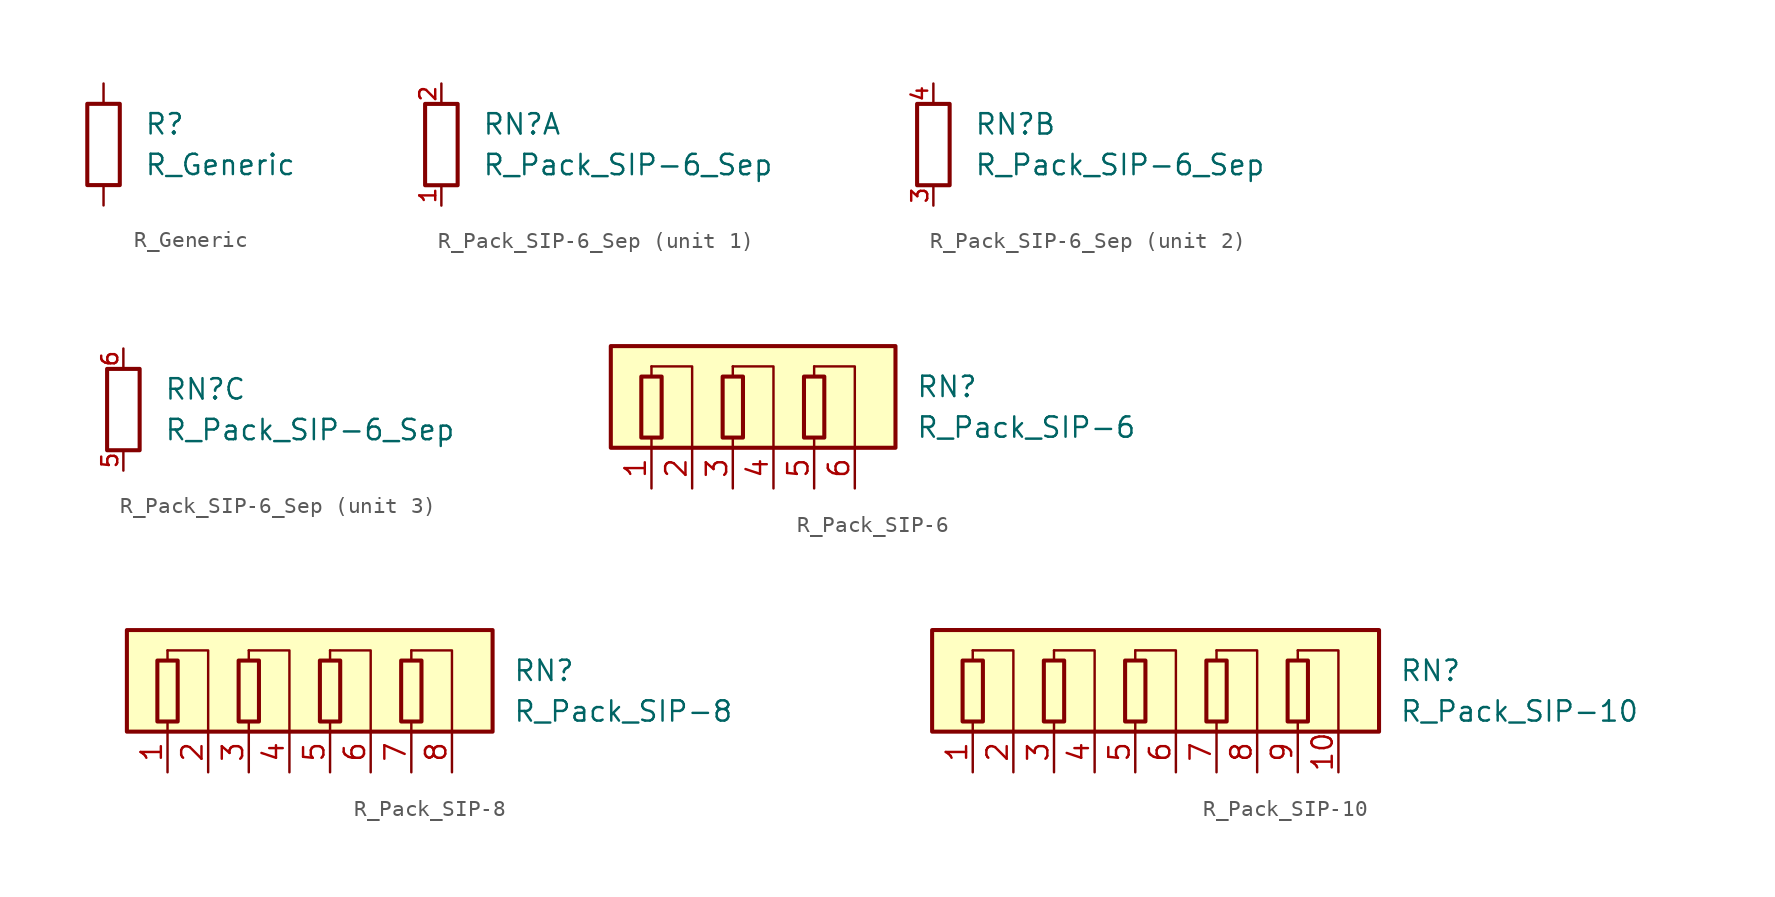
<source format=kicad_sym>
(kicad_symbol_lib
  (version 20211014)
  (generator kicad_symbol_editor)
  (symbol "R_Generic"
    (pin_numbers hide)
    (pin_names
      (offset 0))
    (property "Reference" "R"
      (at 2.54 1.27 0)
      (effects (font (size 1.27 1.27)) (justify left)))
    (property "Value" "R_Generic"
      (at 2.54 -1.27 0)
      (effects (font (size 1.27 1.27)) (justify left)))
    (symbol "R_Generic_0_1"
      (rectangle (start -1.016 -2.54) (end 1.016 2.54) (stroke (width 0.254) (type default) (color 0 0 0 0)) (fill (type none))))
    (symbol "R_Generic_1_1"
      (pin passive line (at 0 3.81 270) (length 1.27) (name "~" (effects (font (size 1.27 1.27)))) (number "1" (effects (font (size 1.27 1.27)))))
      (pin passive line (at 0 -3.81 90) (length 1.27) (name "~" (effects (font (size 1.27 1.27)))) (number "2" (effects (font (size 1.27 1.27)))))))
  (symbol "R_Pack_SIP-6_Sep"
    (pin_names
      (offset 0.002) hide)
    (property "Reference" "RN"
      (at 2.54 1.27 0)
      (effects (font (size 1.27 1.27)) (justify left)))
    (property "Value" "R_Pack_SIP-6_Sep"
      (at 2.54 -1.27 0)
      (effects (font (size 1.27 1.27)) (justify left)))
    (symbol "R_Pack_SIP-6_Sep_0_1"
      (rectangle (start 1.016 2.54) (end -1.016 -2.54) (stroke (width 0.254) (type default) (color 0 0 0 0)) (fill (type none))))
    (symbol "R_Pack_SIP-6_Sep_1_1"
      (pin passive line (at 0 -3.81 90) (length 1.27) (name "R3.1" (effects (font (size 1.27 1.27)))) (number "1" (effects (font (size 1 1)))))
      (pin passive line (at 0 3.81 270) (length 1.27) (name "R3.2" (effects (font (size 1.27 1.27)))) (number "2" (effects (font (size 1 1))))))
    (symbol "R_Pack_SIP-6_Sep_2_1"
      (pin passive line (at 0 -3.81 90) (length 1.27) (name "R2.1" (effects (font (size 1.27 1.27)))) (number "3" (effects (font (size 1 1)))))
      (pin passive line (at 0 3.81 270) (length 1.27) (name "R2.2" (effects (font (size 1.27 1.27)))) (number "4" (effects (font (size 1 1))))))
    (symbol "R_Pack_SIP-6_Sep_3_1"
      (pin passive line (at 0 -3.81 90) (length 1.27) (name "R3.1" (effects (font (size 1.27 1.27)))) (number "5" (effects (font (size 1 1)))))
      (pin passive line (at 0 3.81 270) (length 1.27) (name "R3.2" (effects (font (size 1.27 1.27)))) (number "6" (effects (font (size 1 1)))))))
  (symbol "R_Pack_SIP-6"
    (pin_names
      (offset 0.002) hide)
    (property "Reference" "RN"
      (at 10.16 1.27 0)
      (effects (font (size 1.27 1.27)) (justify left)))
    (property "Value" "R_Pack_SIP-6"
      (at 10.16 -1.27 0)
      (effects (font (size 1.27 1.27)) (justify left)))
    (symbol "R_Pack_SIP-6_0_1"
      (rectangle (start -8.89 3.81) (end 8.89 -2.54) (stroke (width 0.254) (type default) (color 0 0 0 0)) (fill (type background)))
      (rectangle (start -6.985 1.905) (end -5.715 -1.905) (stroke (width 0.254) (type default) (color 0 0 0 0)) (fill (type none)))
      (rectangle (start -1.905 1.905) (end -0.635 -1.905) (stroke (width 0.254) (type default) (color 0 0 0 0)) (fill (type none)))
      (polyline (pts (xy -6.35 -2.54) (xy -6.35 -1.905)) (stroke (width 0) (type default) (color 0 0 0 0)) (fill (type none)))
      (polyline (pts (xy -6.35 1.905) (xy -6.35 2.54)) (stroke (width 0) (type default) (color 0 0 0 0)) (fill (type none)))
      (polyline (pts (xy -1.27 -2.54) (xy -1.27 -1.905)) (stroke (width 0) (type default) (color 0 0 0 0)) (fill (type none)))
      (polyline (pts (xy -1.27 1.905) (xy -1.27 2.54)) (stroke (width 0) (type default) (color 0 0 0 0)) (fill (type none)))
      (polyline (pts (xy 3.81 -2.54) (xy 3.81 -1.905)) (stroke (width 0) (type default) (color 0 0 0 0)) (fill (type none)))
      (polyline (pts (xy 3.81 1.905) (xy 3.81 2.54)) (stroke (width 0) (type default) (color 0 0 0 0)) (fill (type none)))
      (polyline (pts (xy -6.35 2.54) (xy -3.81 2.54) (xy -3.81 -2.54)) (stroke (width 0.152) (type default) (color 0 0 0 0)) (fill (type none)))
      (polyline (pts (xy -1.27 2.54) (xy 1.27 2.54) (xy 1.27 -2.54)) (stroke (width 0.152) (type default) (color 0 0 0 0)) (fill (type none)))
      (polyline (pts (xy 3.81 2.54) (xy 6.35 2.54) (xy 6.35 -2.54)) (stroke (width 0.152) (type default) (color 0 0 0 0)) (fill (type none)))
      (rectangle (start 3.175 1.905) (end 4.445 -1.905) (stroke (width 0.254) (type default) (color 0 0 0 0)) (fill (type none))))
    (symbol "R_Pack_SIP-6_1_1"
      (pin passive line (at -6.35 -5.08 90) (length 2.54) (name "R1.1" (effects (font (size 1.27 1.27)))) (number "1" (effects (font (size 1.27 1.27)))))
      (pin passive line (at -3.81 -5.08 90) (length 2.54) (name "R1.2" (effects (font (size 1.27 1.27)))) (number "2" (effects (font (size 1.27 1.27)))))
      (pin passive line (at -1.27 -5.08 90) (length 2.54) (name "R2.1" (effects (font (size 1.27 1.27)))) (number "3" (effects (font (size 1.27 1.27)))))
      (pin passive line (at 1.27 -5.08 90) (length 2.54) (name "R2.2" (effects (font (size 1.27 1.27)))) (number "4" (effects (font (size 1.27 1.27)))))
      (pin passive line (at 3.81 -5.08 90) (length 2.54) (name "R3.1" (effects (font (size 1.27 1.27)))) (number "5" (effects (font (size 1.27 1.27)))))
      (pin passive line (at 6.35 -5.08 90) (length 2.54) (name "R3.2" (effects (font (size 1.27 1.27)))) (number "6" (effects (font (size 1.27 1.27)))))))
  (symbol "R_Pack_SIP-8"
    (pin_names
      (offset 0.002) hide)
    (property "Reference" "RN"
      (at 12.7 1.27 0)
      (effects (font (size 1.27 1.27)) (justify left)))
    (property "Value" "R_Pack_SIP-8"
      (at 12.7 -1.27 0)
      (effects (font (size 1.27 1.27)) (justify left)))
    (symbol "R_Pack_SIP-8_0_1"
      (rectangle (start -11.43 3.81) (end 11.43 -2.54) (stroke (width 0.254) (type default) (color 0 0 0 0)) (fill (type background)))
      (rectangle (start -9.525 1.905) (end -8.255 -1.905) (stroke (width 0.254) (type default) (color 0 0 0 0)) (fill (type none)))
      (rectangle (start -4.445 1.905) (end -3.175 -1.905) (stroke (width 0.254) (type default) (color 0 0 0 0)) (fill (type none)))
      (polyline (pts (xy -8.89 -2.54) (xy -8.89 -1.905)) (stroke (width 0) (type default) (color 0 0 0 0)) (fill (type none)))
      (polyline (pts (xy -8.89 1.905) (xy -8.89 2.54)) (stroke (width 0) (type default) (color 0 0 0 0)) (fill (type none)))
      (polyline (pts (xy -3.81 -2.54) (xy -3.81 -1.905)) (stroke (width 0) (type default) (color 0 0 0 0)) (fill (type none)))
      (polyline (pts (xy -3.81 1.905) (xy -3.81 2.54)) (stroke (width 0) (type default) (color 0 0 0 0)) (fill (type none)))
      (polyline (pts (xy 1.27 -2.54) (xy 1.27 -1.905)) (stroke (width 0) (type default) (color 0 0 0 0)) (fill (type none)))
      (polyline (pts (xy 1.27 1.905) (xy 1.27 2.54)) (stroke (width 0) (type default) (color 0 0 0 0)) (fill (type none)))
      (polyline (pts (xy 6.35 -2.54) (xy 6.35 -1.905)) (stroke (width 0) (type default) (color 0 0 0 0)) (fill (type none)))
      (polyline (pts (xy 6.35 1.905) (xy 6.35 2.54)) (stroke (width 0) (type default) (color 0 0 0 0)) (fill (type none)))
      (polyline (pts (xy -8.89 2.54) (xy -6.35 2.54) (xy -6.35 -2.54)) (stroke (width 0.152) (type default) (color 0 0 0 0)) (fill (type none)))
      (polyline (pts (xy -3.81 2.54) (xy -1.27 2.54) (xy -1.27 -2.54)) (stroke (width 0.152) (type default) (color 0 0 0 0)) (fill (type none)))
      (polyline (pts (xy 1.27 2.54) (xy 3.81 2.54) (xy 3.81 -2.54)) (stroke (width 0.152) (type default) (color 0 0 0 0)) (fill (type none)))
      (polyline (pts (xy 6.35 2.54) (xy 8.89 2.54) (xy 8.89 -2.54)) (stroke (width 0.152) (type default) (color 0 0 0 0)) (fill (type none)))
      (rectangle (start 0.635 1.905) (end 1.905 -1.905) (stroke (width 0.254) (type default) (color 0 0 0 0)) (fill (type none)))
      (rectangle (start 5.715 1.905) (end 6.985 -1.905) (stroke (width 0.254) (type default) (color 0 0 0 0)) (fill (type none))))
    (symbol "R_Pack_SIP-8_1_1"
      (pin passive line (at -8.89 -5.08 90) (length 2.54) (name "R1.1" (effects (font (size 1.27 1.27)))) (number "1" (effects (font (size 1.27 1.27)))))
      (pin passive line (at -6.35 -5.08 90) (length 2.54) (name "R1.2" (effects (font (size 1.27 1.27)))) (number "2" (effects (font (size 1.27 1.27)))))
      (pin passive line (at -3.81 -5.08 90) (length 2.54) (name "R2.1" (effects (font (size 1.27 1.27)))) (number "3" (effects (font (size 1.27 1.27)))))
      (pin passive line (at -1.27 -5.08 90) (length 2.54) (name "R2.2" (effects (font (size 1.27 1.27)))) (number "4" (effects (font (size 1.27 1.27)))))
      (pin passive line (at 1.27 -5.08 90) (length 2.54) (name "R3.1" (effects (font (size 1.27 1.27)))) (number "5" (effects (font (size 1.27 1.27)))))
      (pin passive line (at 3.81 -5.08 90) (length 2.54) (name "R3.2" (effects (font (size 1.27 1.27)))) (number "6" (effects (font (size 1.27 1.27)))))
      (pin passive line (at 6.35 -5.08 90) (length 2.54) (name "R4.1" (effects (font (size 1.27 1.27)))) (number "7" (effects (font (size 1.27 1.27)))))
      (pin passive line (at 8.89 -5.08 90) (length 2.54) (name "R4.2" (effects (font (size 1.27 1.27)))) (number "8" (effects (font (size 1.27 1.27)))))))
  (symbol "R_Pack_SIP-10"
    (pin_names
      (offset 0.002) hide)
    (property "Reference" "RN"
      (at 15.24 1.27 0)
      (effects (font (size 1.27 1.27)) (justify left)))
    (property "Value" "R_Pack_SIP-10"
      (at 15.24 -1.27 0)
      (effects (font (size 1.27 1.27)) (justify left)))
    (symbol "R_Pack_SIP-10_0_1"
      (rectangle (start -13.97 3.81) (end 13.97 -2.54) (stroke (width 0.254) (type default) (color 0 0 0 0)) (fill (type background)))
      (rectangle (start -12.065 1.905) (end -10.795 -1.905) (stroke (width 0.254) (type default) (color 0 0 0 0)) (fill (type none)))
      (rectangle (start -6.985 1.905) (end -5.715 -1.905) (stroke (width 0.254) (type default) (color 0 0 0 0)) (fill (type none)))
      (rectangle (start -1.905 1.905) (end -0.635 -1.905) (stroke (width 0.254) (type default) (color 0 0 0 0)) (fill (type none)))
      (polyline (pts (xy -11.43 -2.54) (xy -11.43 -1.905)) (stroke (width 0) (type default) (color 0 0 0 0)) (fill (type none)))
      (polyline (pts (xy -11.43 1.905) (xy -11.43 2.54)) (stroke (width 0) (type default) (color 0 0 0 0)) (fill (type none)))
      (polyline (pts (xy -6.35 -2.54) (xy -6.35 -1.905)) (stroke (width 0) (type default) (color 0 0 0 0)) (fill (type none)))
      (polyline (pts (xy -6.35 1.905) (xy -6.35 2.54)) (stroke (width 0) (type default) (color 0 0 0 0)) (fill (type none)))
      (polyline (pts (xy -1.27 -2.54) (xy -1.27 -1.905)) (stroke (width 0) (type default) (color 0 0 0 0)) (fill (type none)))
      (polyline (pts (xy -1.27 1.905) (xy -1.27 2.54)) (stroke (width 0) (type default) (color 0 0 0 0)) (fill (type none)))
      (polyline (pts (xy 3.81 -2.54) (xy 3.81 -1.905)) (stroke (width 0) (type default) (color 0 0 0 0)) (fill (type none)))
      (polyline (pts (xy 3.81 1.905) (xy 3.81 2.54)) (stroke (width 0) (type default) (color 0 0 0 0)) (fill (type none)))
      (polyline (pts (xy 8.89 -2.54) (xy 8.89 -1.905)) (stroke (width 0) (type default) (color 0 0 0 0)) (fill (type none)))
      (polyline (pts (xy 8.89 1.905) (xy 8.89 2.54)) (stroke (width 0) (type default) (color 0 0 0 0)) (fill (type none)))
      (polyline (pts (xy -11.43 2.54) (xy -8.89 2.54) (xy -8.89 -2.54)) (stroke (width 0.152) (type default) (color 0 0 0 0)) (fill (type none)))
      (polyline (pts (xy -6.35 2.54) (xy -3.81 2.54) (xy -3.81 -2.54)) (stroke (width 0.152) (type default) (color 0 0 0 0)) (fill (type none)))
      (polyline (pts (xy -1.27 2.54) (xy 1.27 2.54) (xy 1.27 -2.54)) (stroke (width 0.152) (type default) (color 0 0 0 0)) (fill (type none)))
      (polyline (pts (xy 3.81 2.54) (xy 6.35 2.54) (xy 6.35 -2.54)) (stroke (width 0.152) (type default) (color 0 0 0 0)) (fill (type none)))
      (polyline (pts (xy 8.89 2.54) (xy 11.43 2.54) (xy 11.43 -2.54)) (stroke (width 0.152) (type default) (color 0 0 0 0)) (fill (type none)))
      (rectangle (start 3.175 1.905) (end 4.445 -1.905) (stroke (width 0.254) (type default) (color 0 0 0 0)) (fill (type none)))
      (rectangle (start 8.255 1.905) (end 9.525 -1.905) (stroke (width 0.254) (type default) (color 0 0 0 0)) (fill (type none))))
    (symbol "R_Pack_SIP-10_1_1"
      (pin passive line (at -11.43 -5.08 90) (length 2.54) (name "R1.1" (effects (font (size 1.27 1.27)))) (number "1" (effects (font (size 1.27 1.27)))))
      (pin passive line (at 11.43 -5.08 90) (length 2.54) (name "R5.2" (effects (font (size 1.27 1.27)))) (number "10" (effects (font (size 1.27 1.27)))))
      (pin passive line (at -8.89 -5.08 90) (length 2.54) (name "R1.2" (effects (font (size 1.27 1.27)))) (number "2" (effects (font (size 1.27 1.27)))))
      (pin passive line (at -6.35 -5.08 90) (length 2.54) (name "R2.1" (effects (font (size 1.27 1.27)))) (number "3" (effects (font (size 1.27 1.27)))))
      (pin passive line (at -3.81 -5.08 90) (length 2.54) (name "R2.2" (effects (font (size 1.27 1.27)))) (number "4" (effects (font (size 1.27 1.27)))))
      (pin passive line (at -1.27 -5.08 90) (length 2.54) (name "R3.1" (effects (font (size 1.27 1.27)))) (number "5" (effects (font (size 1.27 1.27)))))
      (pin passive line (at 1.27 -5.08 90) (length 2.54) (name "R3.2" (effects (font (size 1.27 1.27)))) (number "6" (effects (font (size 1.27 1.27)))))
      (pin passive line (at 3.81 -5.08 90) (length 2.54) (name "R4.1" (effects (font (size 1.27 1.27)))) (number "7" (effects (font (size 1.27 1.27)))))
      (pin passive line (at 6.35 -5.08 90) (length 2.54) (name "R4.2" (effects (font (size 1.27 1.27)))) (number "8" (effects (font (size 1.27 1.27)))))
      (pin passive line (at 8.89 -5.08 90) (length 2.54) (name "R5.1" (effects (font (size 1.27 1.27)))) (number "9" (effects (font (size 1.27 1.27))))))))
</source>
